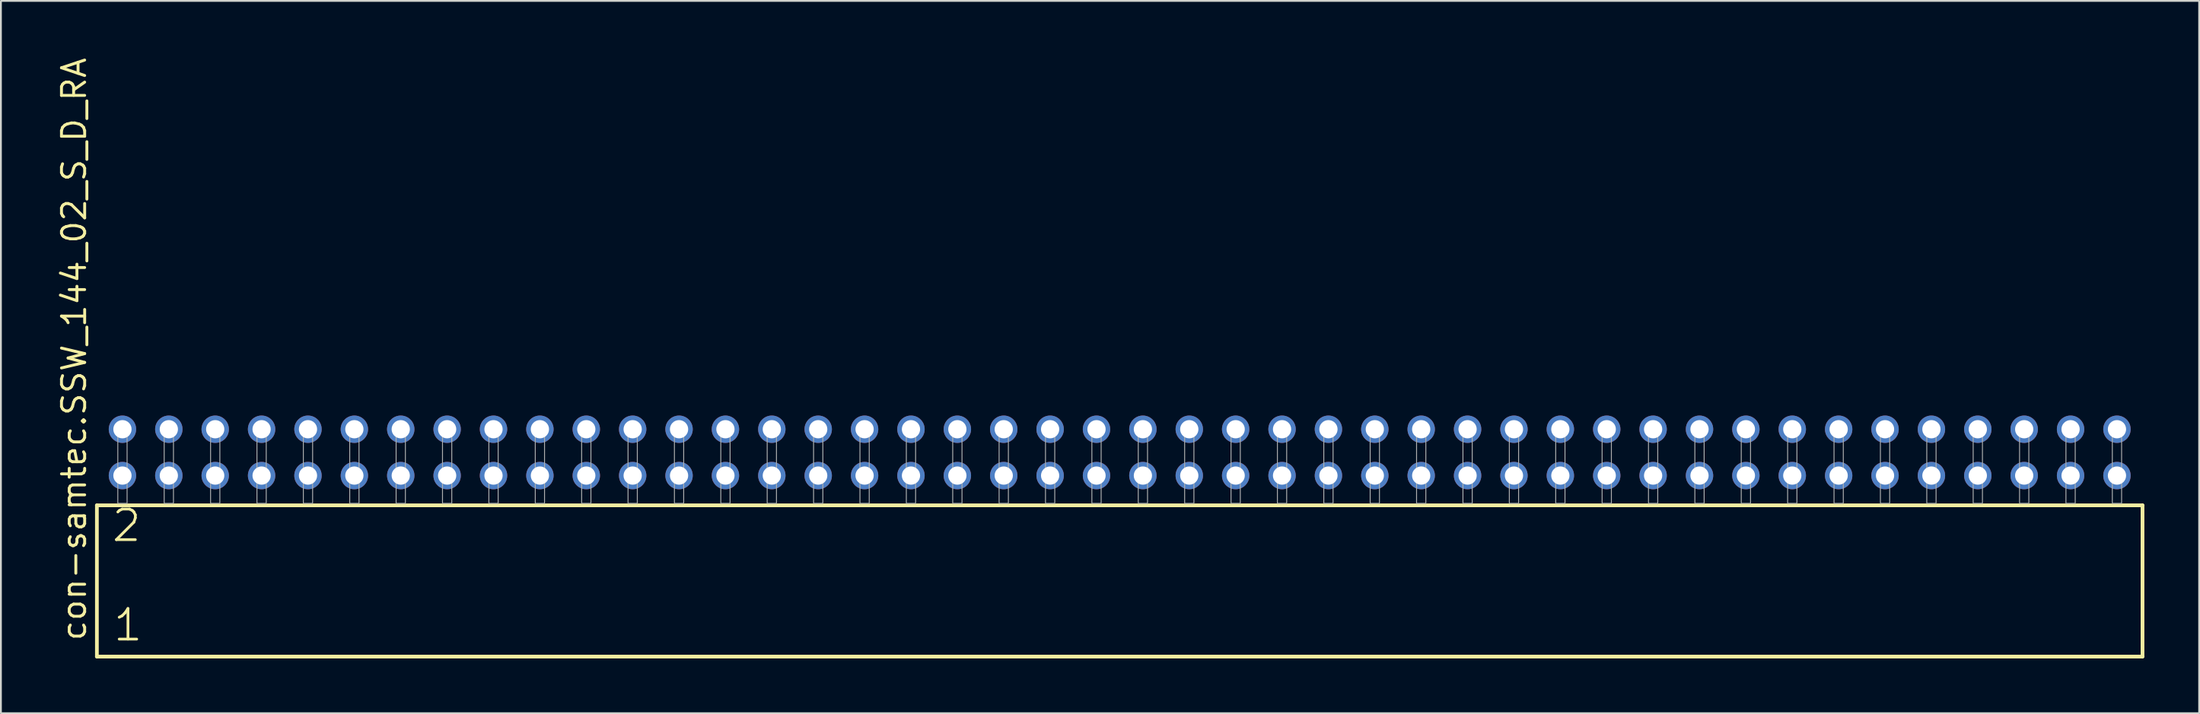
<source format=kicad_pcb>
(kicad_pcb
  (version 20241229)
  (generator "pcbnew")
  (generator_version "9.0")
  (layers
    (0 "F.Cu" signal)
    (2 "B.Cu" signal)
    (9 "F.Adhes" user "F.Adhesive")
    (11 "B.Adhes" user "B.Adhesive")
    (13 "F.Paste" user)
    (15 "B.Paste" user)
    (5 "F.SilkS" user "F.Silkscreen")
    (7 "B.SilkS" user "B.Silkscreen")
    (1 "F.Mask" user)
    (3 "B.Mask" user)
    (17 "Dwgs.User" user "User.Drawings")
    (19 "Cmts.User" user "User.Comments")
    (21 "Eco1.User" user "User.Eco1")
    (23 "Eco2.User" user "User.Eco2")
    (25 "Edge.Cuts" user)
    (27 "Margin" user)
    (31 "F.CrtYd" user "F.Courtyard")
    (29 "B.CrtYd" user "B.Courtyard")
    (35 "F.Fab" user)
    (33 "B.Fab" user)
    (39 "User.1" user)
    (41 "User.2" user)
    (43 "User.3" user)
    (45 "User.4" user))
  (footprint "con-samtec.SSW_144_02_S_D_RA"
    (layer "F.Cu")
    (at 58.265 24.537)
    (property "Reference" "con-samtec.SSW_144_02_S_D_RA" (at -56.515 7.62 90) (layer "F.SilkS") (effects (font (size 1.27 1.27) (thickness 0.16)) (justify left bottom)))
    (attr through_hole)
    (fp_line (start -56.009 0.106) (end -56.009 8.396) (stroke (width 0.203) (type default)) (layer "F.SilkS"))
    (fp_line (start -56.009 8.396) (end 56.009 8.396) (stroke (width 0.203) (type default)) (layer "F.SilkS"))
    (fp_line (start 56.009 0.106) (end -56.009 0.106) (stroke (width 0.203) (type default)) (layer "F.SilkS"))
    (fp_line (start 56.009 8.396) (end 56.009 0.106) (stroke (width 0.203) (type default)) (layer "F.SilkS"))
    (fp_rect (start -54.864 0) (end -54.356 -4.318) (stroke (width 0.05) (type default)) (fill no) (layer "F.Fab"))
    (fp_rect (start -52.324 0) (end -51.816 -4.318) (stroke (width 0.05) (type default)) (fill no) (layer "F.Fab"))
    (fp_rect (start -49.784 0) (end -49.276 -4.318) (stroke (width 0.05) (type default)) (fill no) (layer "F.Fab"))
    (fp_rect (start -47.244 0) (end -46.736 -4.318) (stroke (width 0.05) (type default)) (fill no) (layer "F.Fab"))
    (fp_rect (start -44.704 0) (end -44.196 -4.318) (stroke (width 0.05) (type default)) (fill no) (layer "F.Fab"))
    (fp_rect (start -42.164 0) (end -41.656 -4.318) (stroke (width 0.05) (type default)) (fill no) (layer "F.Fab"))
    (fp_rect (start -39.624 0) (end -39.116 -4.318) (stroke (width 0.05) (type default)) (fill no) (layer "F.Fab"))
    (fp_rect (start -37.084 0) (end -36.576 -4.318) (stroke (width 0.05) (type default)) (fill no) (layer "F.Fab"))
    (fp_rect (start -34.544 0) (end -34.036 -4.318) (stroke (width 0.05) (type default)) (fill no) (layer "F.Fab"))
    (fp_rect (start -32.004 0) (end -31.496 -4.318) (stroke (width 0.05) (type default)) (fill no) (layer "F.Fab"))
    (fp_rect (start -29.464 0) (end -28.956 -4.318) (stroke (width 0.05) (type default)) (fill no) (layer "F.Fab"))
    (fp_rect (start -26.924 0) (end -26.416 -4.318) (stroke (width 0.05) (type default)) (fill no) (layer "F.Fab"))
    (fp_rect (start -24.384 0) (end -23.876 -4.318) (stroke (width 0.05) (type default)) (fill no) (layer "F.Fab"))
    (fp_rect (start -21.844 0) (end -21.336 -4.318) (stroke (width 0.05) (type default)) (fill no) (layer "F.Fab"))
    (fp_rect (start -19.304 0) (end -18.796 -4.318) (stroke (width 0.05) (type default)) (fill no) (layer "F.Fab"))
    (fp_rect (start -16.764 0) (end -16.256 -4.318) (stroke (width 0.05) (type default)) (fill no) (layer "F.Fab"))
    (fp_rect (start -14.224 0) (end -13.716 -4.318) (stroke (width 0.05) (type default)) (fill no) (layer "F.Fab"))
    (fp_rect (start -11.684 0) (end -11.176 -4.318) (stroke (width 0.05) (type default)) (fill no) (layer "F.Fab"))
    (fp_rect (start -9.144 0) (end -8.636 -4.318) (stroke (width 0.05) (type default)) (fill no) (layer "F.Fab"))
    (fp_rect (start -6.604 0) (end -6.096 -4.318) (stroke (width 0.05) (type default)) (fill no) (layer "F.Fab"))
    (fp_rect (start -4.064 0) (end -3.556 -4.318) (stroke (width 0.05) (type default)) (fill no) (layer "F.Fab"))
    (fp_rect (start -1.524 0) (end -1.016 -4.318) (stroke (width 0.05) (type default)) (fill no) (layer "F.Fab"))
    (fp_rect (start 1.016 0) (end 1.524 -4.318) (stroke (width 0.05) (type default)) (fill no) (layer "F.Fab"))
    (fp_rect (start 3.556 0) (end 4.064 -4.318) (stroke (width 0.05) (type default)) (fill no) (layer "F.Fab"))
    (fp_rect (start 6.096 0) (end 6.604 -4.318) (stroke (width 0.05) (type default)) (fill no) (layer "F.Fab"))
    (fp_rect (start 8.636 0) (end 9.144 -4.318) (stroke (width 0.05) (type default)) (fill no) (layer "F.Fab"))
    (fp_rect (start 11.176 0) (end 11.684 -4.318) (stroke (width 0.05) (type default)) (fill no) (layer "F.Fab"))
    (fp_rect (start 13.716 0) (end 14.224 -4.318) (stroke (width 0.05) (type default)) (fill no) (layer "F.Fab"))
    (fp_rect (start 16.256 0) (end 16.764 -4.318) (stroke (width 0.05) (type default)) (fill no) (layer "F.Fab"))
    (fp_rect (start 18.796 0) (end 19.304 -4.318) (stroke (width 0.05) (type default)) (fill no) (layer "F.Fab"))
    (fp_rect (start 21.336 0) (end 21.844 -4.318) (stroke (width 0.05) (type default)) (fill no) (layer "F.Fab"))
    (fp_rect (start 23.876 0) (end 24.384 -4.318) (stroke (width 0.05) (type default)) (fill no) (layer "F.Fab"))
    (fp_rect (start 26.416 0) (end 26.924 -4.318) (stroke (width 0.05) (type default)) (fill no) (layer "F.Fab"))
    (fp_rect (start 28.956 0) (end 29.464 -4.318) (stroke (width 0.05) (type default)) (fill no) (layer "F.Fab"))
    (fp_rect (start 31.496 0) (end 32.004 -4.318) (stroke (width 0.05) (type default)) (fill no) (layer "F.Fab"))
    (fp_rect (start 34.036 0) (end 34.544 -4.318) (stroke (width 0.05) (type default)) (fill no) (layer "F.Fab"))
    (fp_rect (start 36.576 0) (end 37.084 -4.318) (stroke (width 0.05) (type default)) (fill no) (layer "F.Fab"))
    (fp_rect (start 39.116 0) (end 39.624 -4.318) (stroke (width 0.05) (type default)) (fill no) (layer "F.Fab"))
    (fp_rect (start 41.656 0) (end 42.164 -4.318) (stroke (width 0.05) (type default)) (fill no) (layer "F.Fab"))
    (fp_rect (start 44.196 0) (end 44.704 -4.318) (stroke (width 0.05) (type default)) (fill no) (layer "F.Fab"))
    (fp_rect (start 46.736 0) (end 47.244 -4.318) (stroke (width 0.05) (type default)) (fill no) (layer "F.Fab"))
    (fp_rect (start 49.276 0) (end 49.784 -4.318) (stroke (width 0.05) (type default)) (fill no) (layer "F.Fab"))
    (fp_rect (start 51.816 0) (end 52.324 -4.318) (stroke (width 0.05) (type default)) (fill no) (layer "F.Fab"))
    (fp_rect (start 54.356 0) (end 54.864 -4.318) (stroke (width 0.05) (type default)) (fill no) (layer "F.Fab"))
    (fp_text user "2" (at -55.28 2.2 0) (layer "F.SilkS") (effects (font (size 1.676 1.676) (thickness 0.15)) (justify left bottom)))
    (fp_text user "1" (at -55.205 7.65 0) (layer "F.SilkS") (effects (font (size 1.676 1.676) (thickness 0.15)) (justify left bottom)))
    (pad "1" thru_hole circle (at -54.61 -1.524) (size 1.5 1.5) (drill 1) (layers "*.Cu" "*.Mask"))
    (pad "2" thru_hole circle (at -54.61 -4.064) (size 1.5 1.5) (drill 1) (layers "*.Cu" "*.Mask"))
    (pad "3" thru_hole circle (at -52.07 -1.524) (size 1.5 1.5) (drill 1) (layers "*.Cu" "*.Mask"))
    (pad "4" thru_hole circle (at -52.07 -4.064) (size 1.5 1.5) (drill 1) (layers "*.Cu" "*.Mask"))
    (pad "5" thru_hole circle (at -49.53 -1.524) (size 1.5 1.5) (drill 1) (layers "*.Cu" "*.Mask"))
    (pad "6" thru_hole circle (at -49.53 -4.064) (size 1.5 1.5) (drill 1) (layers "*.Cu" "*.Mask"))
    (pad "7" thru_hole circle (at -46.99 -1.524) (size 1.5 1.5) (drill 1) (layers "*.Cu" "*.Mask"))
    (pad "8" thru_hole circle (at -46.99 -4.064) (size 1.5 1.5) (drill 1) (layers "*.Cu" "*.Mask"))
    (pad "9" thru_hole circle (at -44.45 -1.524) (size 1.5 1.5) (drill 1) (layers "*.Cu" "*.Mask"))
    (pad "10" thru_hole circle (at -44.45 -4.064) (size 1.5 1.5) (drill 1) (layers "*.Cu" "*.Mask"))
    (pad "11" thru_hole circle (at -41.91 -1.524) (size 1.5 1.5) (drill 1) (layers "*.Cu" "*.Mask"))
    (pad "12" thru_hole circle (at -41.91 -4.064) (size 1.5 1.5) (drill 1) (layers "*.Cu" "*.Mask"))
    (pad "13" thru_hole circle (at -39.37 -1.524) (size 1.5 1.5) (drill 1) (layers "*.Cu" "*.Mask"))
    (pad "14" thru_hole circle (at -39.37 -4.064) (size 1.5 1.5) (drill 1) (layers "*.Cu" "*.Mask"))
    (pad "15" thru_hole circle (at -36.83 -1.524) (size 1.5 1.5) (drill 1) (layers "*.Cu" "*.Mask"))
    (pad "16" thru_hole circle (at -36.83 -4.064) (size 1.5 1.5) (drill 1) (layers "*.Cu" "*.Mask"))
    (pad "17" thru_hole circle (at -34.29 -1.524) (size 1.5 1.5) (drill 1) (layers "*.Cu" "*.Mask"))
    (pad "18" thru_hole circle (at -34.29 -4.064) (size 1.5 1.5) (drill 1) (layers "*.Cu" "*.Mask"))
    (pad "19" thru_hole circle (at -31.75 -1.524) (size 1.5 1.5) (drill 1) (layers "*.Cu" "*.Mask"))
    (pad "20" thru_hole circle (at -31.75 -4.064) (size 1.5 1.5) (drill 1) (layers "*.Cu" "*.Mask"))
    (pad "21" thru_hole circle (at -29.21 -1.524) (size 1.5 1.5) (drill 1) (layers "*.Cu" "*.Mask"))
    (pad "22" thru_hole circle (at -29.21 -4.064) (size 1.5 1.5) (drill 1) (layers "*.Cu" "*.Mask"))
    (pad "23" thru_hole circle (at -26.67 -1.524) (size 1.5 1.5) (drill 1) (layers "*.Cu" "*.Mask"))
    (pad "24" thru_hole circle (at -26.67 -4.064) (size 1.5 1.5) (drill 1) (layers "*.Cu" "*.Mask"))
    (pad "25" thru_hole circle (at -24.13 -1.524) (size 1.5 1.5) (drill 1) (layers "*.Cu" "*.Mask"))
    (pad "26" thru_hole circle (at -24.13 -4.064) (size 1.5 1.5) (drill 1) (layers "*.Cu" "*.Mask"))
    (pad "27" thru_hole circle (at -21.59 -1.524) (size 1.5 1.5) (drill 1) (layers "*.Cu" "*.Mask"))
    (pad "28" thru_hole circle (at -21.59 -4.064) (size 1.5 1.5) (drill 1) (layers "*.Cu" "*.Mask"))
    (pad "29" thru_hole circle (at -19.05 -1.524) (size 1.5 1.5) (drill 1) (layers "*.Cu" "*.Mask"))
    (pad "30" thru_hole circle (at -19.05 -4.064) (size 1.5 1.5) (drill 1) (layers "*.Cu" "*.Mask"))
    (pad "31" thru_hole circle (at -16.51 -1.524) (size 1.5 1.5) (drill 1) (layers "*.Cu" "*.Mask"))
    (pad "32" thru_hole circle (at -16.51 -4.064) (size 1.5 1.5) (drill 1) (layers "*.Cu" "*.Mask"))
    (pad "33" thru_hole circle (at -13.97 -1.524) (size 1.5 1.5) (drill 1) (layers "*.Cu" "*.Mask"))
    (pad "34" thru_hole circle (at -13.97 -4.064) (size 1.5 1.5) (drill 1) (layers "*.Cu" "*.Mask"))
    (pad "35" thru_hole circle (at -11.43 -1.524) (size 1.5 1.5) (drill 1) (layers "*.Cu" "*.Mask"))
    (pad "36" thru_hole circle (at -11.43 -4.064) (size 1.5 1.5) (drill 1) (layers "*.Cu" "*.Mask"))
    (pad "37" thru_hole circle (at -8.89 -1.524) (size 1.5 1.5) (drill 1) (layers "*.Cu" "*.Mask"))
    (pad "38" thru_hole circle (at -8.89 -4.064) (size 1.5 1.5) (drill 1) (layers "*.Cu" "*.Mask"))
    (pad "39" thru_hole circle (at -6.35 -1.524) (size 1.5 1.5) (drill 1) (layers "*.Cu" "*.Mask"))
    (pad "40" thru_hole circle (at -6.35 -4.064) (size 1.5 1.5) (drill 1) (layers "*.Cu" "*.Mask"))
    (pad "41" thru_hole circle (at -3.81 -1.524) (size 1.5 1.5) (drill 1) (layers "*.Cu" "*.Mask"))
    (pad "42" thru_hole circle (at -3.81 -4.064) (size 1.5 1.5) (drill 1) (layers "*.Cu" "*.Mask"))
    (pad "43" thru_hole circle (at -1.27 -1.524) (size 1.5 1.5) (drill 1) (layers "*.Cu" "*.Mask"))
    (pad "44" thru_hole circle (at -1.27 -4.064) (size 1.5 1.5) (drill 1) (layers "*.Cu" "*.Mask"))
    (pad "45" thru_hole circle (at 1.27 -1.524) (size 1.5 1.5) (drill 1) (layers "*.Cu" "*.Mask"))
    (pad "46" thru_hole circle (at 1.27 -4.064) (size 1.5 1.5) (drill 1) (layers "*.Cu" "*.Mask"))
    (pad "47" thru_hole circle (at 3.81 -1.524) (size 1.5 1.5) (drill 1) (layers "*.Cu" "*.Mask"))
    (pad "48" thru_hole circle (at 3.81 -4.064) (size 1.5 1.5) (drill 1) (layers "*.Cu" "*.Mask"))
    (pad "49" thru_hole circle (at 6.35 -1.524) (size 1.5 1.5) (drill 1) (layers "*.Cu" "*.Mask"))
    (pad "50" thru_hole circle (at 6.35 -4.064) (size 1.5 1.5) (drill 1) (layers "*.Cu" "*.Mask"))
    (pad "51" thru_hole circle (at 8.89 -1.524) (size 1.5 1.5) (drill 1) (layers "*.Cu" "*.Mask"))
    (pad "52" thru_hole circle (at 8.89 -4.064) (size 1.5 1.5) (drill 1) (layers "*.Cu" "*.Mask"))
    (pad "53" thru_hole circle (at 11.43 -1.524) (size 1.5 1.5) (drill 1) (layers "*.Cu" "*.Mask"))
    (pad "54" thru_hole circle (at 11.43 -4.064) (size 1.5 1.5) (drill 1) (layers "*.Cu" "*.Mask"))
    (pad "55" thru_hole circle (at 13.97 -1.524) (size 1.5 1.5) (drill 1) (layers "*.Cu" "*.Mask"))
    (pad "56" thru_hole circle (at 13.97 -4.064) (size 1.5 1.5) (drill 1) (layers "*.Cu" "*.Mask"))
    (pad "57" thru_hole circle (at 16.51 -1.524) (size 1.5 1.5) (drill 1) (layers "*.Cu" "*.Mask"))
    (pad "58" thru_hole circle (at 16.51 -4.064) (size 1.5 1.5) (drill 1) (layers "*.Cu" "*.Mask"))
    (pad "59" thru_hole circle (at 19.05 -1.524) (size 1.5 1.5) (drill 1) (layers "*.Cu" "*.Mask"))
    (pad "60" thru_hole circle (at 19.05 -4.064) (size 1.5 1.5) (drill 1) (layers "*.Cu" "*.Mask"))
    (pad "61" thru_hole circle (at 21.59 -1.524) (size 1.5 1.5) (drill 1) (layers "*.Cu" "*.Mask"))
    (pad "62" thru_hole circle (at 21.59 -4.064) (size 1.5 1.5) (drill 1) (layers "*.Cu" "*.Mask"))
    (pad "63" thru_hole circle (at 24.13 -1.524) (size 1.5 1.5) (drill 1) (layers "*.Cu" "*.Mask"))
    (pad "64" thru_hole circle (at 24.13 -4.064) (size 1.5 1.5) (drill 1) (layers "*.Cu" "*.Mask"))
    (pad "65" thru_hole circle (at 26.67 -1.524) (size 1.5 1.5) (drill 1) (layers "*.Cu" "*.Mask"))
    (pad "66" thru_hole circle (at 26.67 -4.064) (size 1.5 1.5) (drill 1) (layers "*.Cu" "*.Mask"))
    (pad "67" thru_hole circle (at 29.21 -1.524) (size 1.5 1.5) (drill 1) (layers "*.Cu" "*.Mask"))
    (pad "68" thru_hole circle (at 29.21 -4.064) (size 1.5 1.5) (drill 1) (layers "*.Cu" "*.Mask"))
    (pad "69" thru_hole circle (at 31.75 -1.524) (size 1.5 1.5) (drill 1) (layers "*.Cu" "*.Mask"))
    (pad "70" thru_hole circle (at 31.75 -4.064) (size 1.5 1.5) (drill 1) (layers "*.Cu" "*.Mask"))
    (pad "71" thru_hole circle (at 34.29 -1.524) (size 1.5 1.5) (drill 1) (layers "*.Cu" "*.Mask"))
    (pad "72" thru_hole circle (at 34.29 -4.064) (size 1.5 1.5) (drill 1) (layers "*.Cu" "*.Mask"))
    (pad "73" thru_hole circle (at 36.83 -1.524) (size 1.5 1.5) (drill 1) (layers "*.Cu" "*.Mask"))
    (pad "74" thru_hole circle (at 36.83 -4.064) (size 1.5 1.5) (drill 1) (layers "*.Cu" "*.Mask"))
    (pad "75" thru_hole circle (at 39.37 -1.524) (size 1.5 1.5) (drill 1) (layers "*.Cu" "*.Mask"))
    (pad "76" thru_hole circle (at 39.37 -4.064) (size 1.5 1.5) (drill 1) (layers "*.Cu" "*.Mask"))
    (pad "77" thru_hole circle (at 41.91 -1.524) (size 1.5 1.5) (drill 1) (layers "*.Cu" "*.Mask"))
    (pad "78" thru_hole circle (at 41.91 -4.064) (size 1.5 1.5) (drill 1) (layers "*.Cu" "*.Mask"))
    (pad "79" thru_hole circle (at 44.45 -1.524) (size 1.5 1.5) (drill 1) (layers "*.Cu" "*.Mask"))
    (pad "80" thru_hole circle (at 44.45 -4.064) (size 1.5 1.5) (drill 1) (layers "*.Cu" "*.Mask"))
    (pad "81" thru_hole circle (at 46.99 -1.524) (size 1.5 1.5) (drill 1) (layers "*.Cu" "*.Mask"))
    (pad "82" thru_hole circle (at 46.99 -4.064) (size 1.5 1.5) (drill 1) (layers "*.Cu" "*.Mask"))
    (pad "83" thru_hole circle (at 49.53 -1.524) (size 1.5 1.5) (drill 1) (layers "*.Cu" "*.Mask"))
    (pad "84" thru_hole circle (at 49.53 -4.064) (size 1.5 1.5) (drill 1) (layers "*.Cu" "*.Mask"))
    (pad "85" thru_hole circle (at 52.07 -1.524) (size 1.5 1.5) (drill 1) (layers "*.Cu" "*.Mask"))
    (pad "86" thru_hole circle (at 52.07 -4.064) (size 1.5 1.5) (drill 1) (layers "*.Cu" "*.Mask"))
    (pad "87" thru_hole circle (at 54.61 -1.524) (size 1.5 1.5) (drill 1) (layers "*.Cu" "*.Mask"))
    (pad "88" thru_hole circle (at 54.61 -4.064) (size 1.5 1.5) (drill 1) (layers "*.Cu" "*.Mask")))
  (gr_rect
    (start -3 -3)
    (end 117.376 36.035)
    (stroke (width 0.1) (type default))
    (fill no)
    (layer "Edge.Cuts")))
</source>
